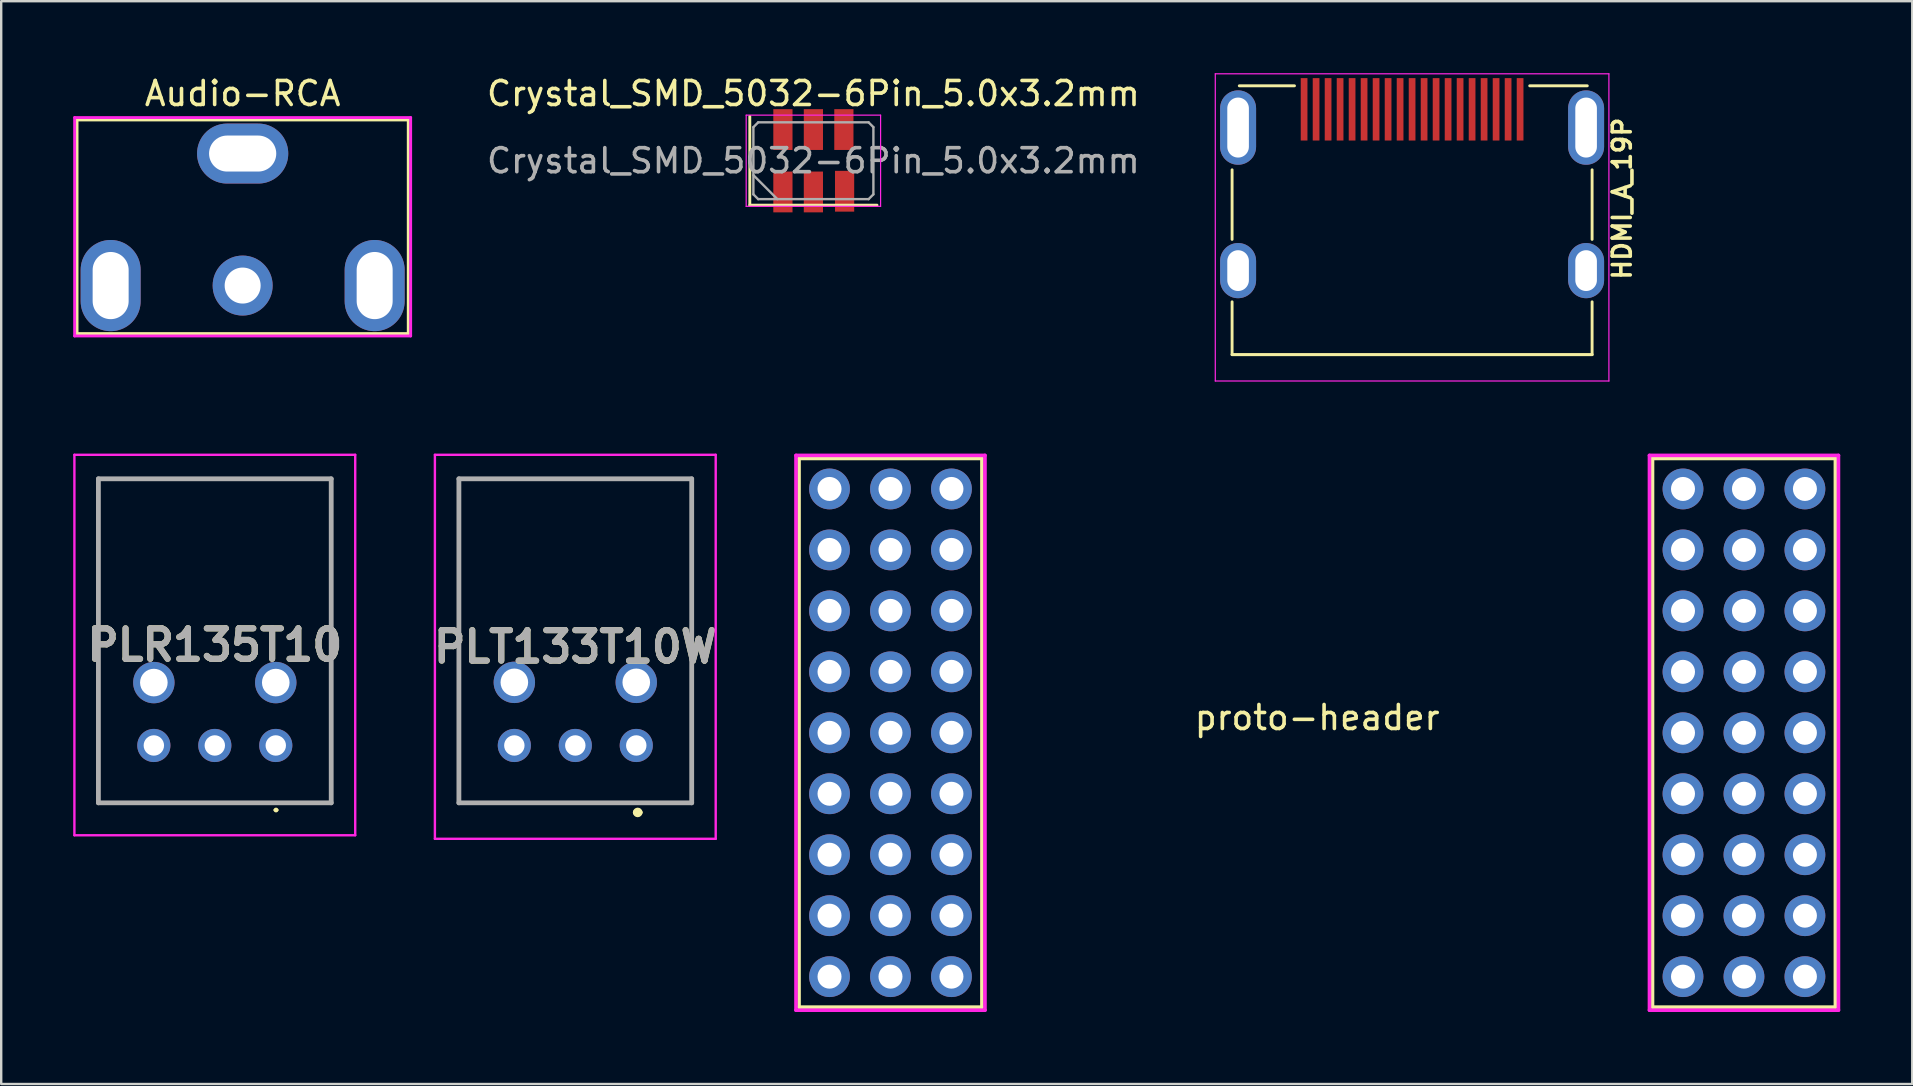
<source format=kicad_pcb>
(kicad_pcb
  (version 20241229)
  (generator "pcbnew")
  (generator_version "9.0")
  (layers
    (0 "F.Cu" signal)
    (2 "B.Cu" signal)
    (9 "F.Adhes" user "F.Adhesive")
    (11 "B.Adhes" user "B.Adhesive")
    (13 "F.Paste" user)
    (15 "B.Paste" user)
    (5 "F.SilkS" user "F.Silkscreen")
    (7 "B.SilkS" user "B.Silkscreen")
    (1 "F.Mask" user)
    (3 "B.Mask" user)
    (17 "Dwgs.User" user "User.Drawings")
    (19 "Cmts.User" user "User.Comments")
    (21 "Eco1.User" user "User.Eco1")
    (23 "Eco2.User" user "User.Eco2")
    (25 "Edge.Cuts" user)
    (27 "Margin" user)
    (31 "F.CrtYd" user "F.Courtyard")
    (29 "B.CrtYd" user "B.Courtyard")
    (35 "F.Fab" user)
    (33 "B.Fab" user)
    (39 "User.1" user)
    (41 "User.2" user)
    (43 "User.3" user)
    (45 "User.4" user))
  (footprint "Crystal_SMD_5032-6Pin_5.0x3.2mm"
    (layer "F.Cu")
    (at 30.84 3.648)
    (property "Reference" "Crystal_SMD_5032-6Pin_5.0x3.2mm" (at 0 -2.8 0) (layer "F.SilkS") (effects (font (size 1 1) (thickness 0.15))))
    (attr smd)
    (fp_line (start -2.65 -1.85) (end -2.65 1.85) (stroke (width 0.12) (type solid)) (layer "F.SilkS"))
    (fp_line (start -2.65 1.85) (end 2.65 1.85) (stroke (width 0.12) (type solid)) (layer "F.SilkS"))
    (fp_line (start -2.8 -1.9) (end -2.8 1.9) (stroke (width 0.05) (type solid)) (layer "F.CrtYd"))
    (fp_line (start -2.8 1.9) (end 2.8 1.9) (stroke (width 0.05) (type solid)) (layer "F.CrtYd"))
    (fp_line (start 2.8 -1.9) (end -2.8 -1.9) (stroke (width 0.05) (type solid)) (layer "F.CrtYd"))
    (fp_line (start 2.8 1.9) (end 2.8 -1.9) (stroke (width 0.05) (type solid)) (layer "F.CrtYd"))
    (fp_line (start -2.5 -1.4) (end -2.3 -1.6) (stroke (width 0.1) (type solid)) (layer "F.Fab"))
    (fp_line (start -2.5 0.6) (end -1.5 1.6) (stroke (width 0.1) (type solid)) (layer "F.Fab"))
    (fp_line (start -2.5 1.4) (end -2.5 -1.4) (stroke (width 0.1) (type solid)) (layer "F.Fab"))
    (fp_line (start -2.3 -1.6) (end 2.3 -1.6) (stroke (width 0.1) (type solid)) (layer "F.Fab"))
    (fp_line (start -2.3 1.6) (end -2.5 1.4) (stroke (width 0.1) (type solid)) (layer "F.Fab"))
    (fp_line (start 2.3 -1.6) (end 2.5 -1.4) (stroke (width 0.1) (type solid)) (layer "F.Fab"))
    (fp_line (start 2.3 1.6) (end -2.3 1.6) (stroke (width 0.1) (type solid)) (layer "F.Fab"))
    (fp_line (start 2.5 -1.4) (end 2.5 1.4) (stroke (width 0.1) (type solid)) (layer "F.Fab"))
    (fp_line (start 2.5 1.4) (end 2.3 1.6) (stroke (width 0.1) (type solid)) (layer "F.Fab"))
    (fp_text user "${REFERENCE}" (at 0 0 0) (layer "F.Fab") (effects (font (size 1 1) (thickness 0.15))))
    (pad "1" smd rect (at -1.27 1.3) (size 0.8 1.7) (layers "F.Cu" "F.Mask" "F.Paste"))
    (pad "2" smd rect (at 0 1.3) (size 0.8 1.7) (layers "F.Cu" "F.Mask" "F.Paste"))
    (pad "3" smd rect (at 1.3 1.27) (size 0.8 1.7) (layers "F.Cu" "F.Mask" "F.Paste"))
    (pad "4" smd rect (at 1.27 -1.3) (size 0.8 1.7) (layers "F.Cu" "F.Mask" "F.Paste"))
    (pad "5" smd rect (at 0 -1.3) (size 0.8 1.7) (layers "F.Cu" "F.Mask" "F.Paste"))
    (pad "6" smd rect (at -1.27 -1.3) (size 0.8 1.7) (layers "F.Cu" "F.Mask" "F.Paste")))
  (footprint "Audio-RCA"
    (layer "F.Cu")
    (at 7.06 8.848)
    (property "Reference" "Audio-RCA" (at 0 -8 0) (layer "F.SilkS") (effects (font (size 1 1) (thickness 0.15))))
    (attr through_hole)
    (fp_line (start -6.9 -6.9) (end 6.9 -6.9) (stroke (width 0.12) (type solid)) (layer "F.SilkS"))
    (fp_line (start -6.9 2) (end -6.9 -6.9) (stroke (width 0.12) (type solid)) (layer "F.SilkS"))
    (fp_line (start 6.9 -6.9) (end 6.9 2) (stroke (width 0.12) (type solid)) (layer "F.SilkS"))
    (fp_line (start 6.9 2) (end -6.9 2) (stroke (width 0.12) (type solid)) (layer "F.SilkS"))
    (fp_line (start -7 -7) (end 7 -7) (stroke (width 0.12) (type solid)) (layer "F.CrtYd"))
    (fp_line (start -7 2.1) (end -7 -7) (stroke (width 0.12) (type solid)) (layer "F.CrtYd"))
    (fp_line (start 7 -7) (end 7 2.1) (stroke (width 0.12) (type solid)) (layer "F.CrtYd"))
    (fp_line (start 7 2.1) (end -7 2.1) (stroke (width 0.12) (type solid)) (layer "F.CrtYd"))
    (pad "1" thru_hole circle (at 0 0) (size 2.5 2.5) (drill 1.5) (layers "*.Cu" "*.Mask"))
    (pad "2" thru_hole oval (at -5.5 0) (size 2.5 3.8) (drill oval 1.5 2.8) (layers "*.Cu" "*.Mask"))
    (pad "2" thru_hole oval (at 0 -5.5) (size 3.8 2.5) (drill oval 2.8 1.5) (layers "*.Cu" "*.Mask"))
    (pad "2" thru_hole oval (at 5.5 0) (size 2.5 3.8) (drill oval 1.5 2.8) (layers "*.Cu" "*.Mask")))
  (footprint "PLR135T10"
    (layer "F.Cu")
    (at 8.44 28.01)
    (property "Reference" "PLR135T10" (at -2.54 -4.185 0) (layer "F.SilkS") (effects (font (size 1.27 1.27) (thickness 0.254))))
    (attr through_hole)
    (fp_line (start -7.39 -11.11) (end 2.31 -11.11) (stroke (width 0.1) (type solid)) (layer "F.SilkS"))
    (fp_line (start -7.39 2.39) (end -7.39 -11.11) (stroke (width 0.1) (type solid)) (layer "F.SilkS"))
    (fp_line (start -0.04 2.69) (end -0.04 2.69) (stroke (width 0.1) (type solid)) (layer "F.SilkS"))
    (fp_line (start 0.06 2.69) (end 0.06 2.69) (stroke (width 0.1) (type solid)) (layer "F.SilkS"))
    (fp_line (start 2.31 -11.11) (end 2.31 2.39) (stroke (width 0.1) (type solid)) (layer "F.SilkS"))
    (fp_line (start 2.31 2.39) (end -7.39 2.39) (stroke (width 0.1) (type solid)) (layer "F.SilkS"))
    (fp_arc (start -0.04 2.69) (mid 0.01 2.64) (end 0.06 2.69) (stroke (width 0.1) (type solid)) (layer "F.SilkS"))
    (fp_arc (start 0.06 2.69) (mid 0.01 2.74) (end -0.04 2.69) (stroke (width 0.1) (type solid)) (layer "F.SilkS"))
    (fp_line (start -8.39 -12.11) (end 3.31 -12.11) (stroke (width 0.1) (type solid)) (layer "F.CrtYd"))
    (fp_line (start -8.39 3.74) (end -8.39 -12.11) (stroke (width 0.1) (type solid)) (layer "F.CrtYd"))
    (fp_line (start 3.31 -12.11) (end 3.31 3.74) (stroke (width 0.1) (type solid)) (layer "F.CrtYd"))
    (fp_line (start 3.31 3.74) (end -8.39 3.74) (stroke (width 0.1) (type solid)) (layer "F.CrtYd"))
    (fp_line (start -7.39 -11.11) (end 2.31 -11.11) (stroke (width 0.2) (type solid)) (layer "F.Fab"))
    (fp_line (start -7.39 2.39) (end -7.39 -11.11) (stroke (width 0.2) (type solid)) (layer "F.Fab"))
    (fp_line (start 2.31 -11.11) (end 2.31 2.39) (stroke (width 0.2) (type solid)) (layer "F.Fab"))
    (fp_line (start 2.31 2.39) (end -7.39 2.39) (stroke (width 0.2) (type solid)) (layer "F.Fab"))
    (fp_text user "${REFERENCE}" (at -2.54 -4.185 0) (layer "F.Fab") (effects (font (size 1.27 1.27) (thickness 0.254))))
    (pad "1" thru_hole circle (at 0 0) (size 1.381 1.381) (drill 0.85) (layers "*.Cu" "*.Mask"))
    (pad "2" thru_hole circle (at -2.54 0) (size 1.381 1.381) (drill 0.85) (layers "*.Cu" "*.Mask"))
    (pad "3" thru_hole circle (at -5.08 0) (size 1.381 1.381) (drill 0.85) (layers "*.Cu" "*.Mask"))
    (pad "4" thru_hole circle (at 0 -2.62) (size 1.725 1.725) (drill 1.15) (layers "*.Cu" "*.Mask"))
    (pad "5" thru_hole circle (at -5.08 -2.62) (size 1.725 1.725) (drill 1.15) (layers "*.Cu" "*.Mask")))
  (footprint "proto-header"
    (layer "F.Cu")
    (at 51.832 27.482)
    (property "Reference" "proto-header" (at 0 -0.635 180) (layer "F.SilkS") (effects (font (size 1 1) (thickness 0.15))))
    (attr through_hole)
    (fp_line (start -21.59 11.43) (end -21.59 -11.43) (stroke (width 0.15) (type solid)) (layer "F.SilkS"))
    (fp_line (start -13.97 -11.43) (end -21.59 -11.43) (stroke (width 0.15) (type solid)) (layer "F.SilkS"))
    (fp_line (start -13.97 11.43) (end -21.59 11.43) (stroke (width 0.15) (type solid)) (layer "F.SilkS"))
    (fp_line (start -13.97 11.43) (end -13.97 -11.43) (stroke (width 0.15) (type solid)) (layer "F.SilkS"))
    (fp_line (start 13.97 -11.43) (end 13.97 11.43) (stroke (width 0.15) (type solid)) (layer "F.SilkS"))
    (fp_line (start 13.97 11.43) (end 21.59 11.43) (stroke (width 0.15) (type solid)) (layer "F.SilkS"))
    (fp_line (start 21.59 -11.43) (end 13.97 -11.43) (stroke (width 0.15) (type solid)) (layer "F.SilkS"))
    (fp_line (start 21.59 -11.43) (end 21.59 11.43) (stroke (width 0.15) (type solid)) (layer "F.SilkS"))
    (fp_line (start -21.717 -11.557) (end -21.717 11.557) (stroke (width 0.15) (type solid)) (layer "F.CrtYd"))
    (fp_line (start -21.717 -11.557) (end -13.843 -11.557) (stroke (width 0.15) (type solid)) (layer "F.CrtYd"))
    (fp_line (start -13.843 11.557) (end -21.717 11.557) (stroke (width 0.15) (type solid)) (layer "F.CrtYd"))
    (fp_line (start -13.843 11.557) (end -13.843 -11.557) (stroke (width 0.15) (type solid)) (layer "F.CrtYd"))
    (fp_line (start 13.843 -11.557) (end 13.843 11.557) (stroke (width 0.15) (type solid)) (layer "F.CrtYd"))
    (fp_line (start 13.843 -11.557) (end 21.717 -11.557) (stroke (width 0.15) (type solid)) (layer "F.CrtYd"))
    (fp_line (start 13.843 11.557) (end 21.717 11.557) (stroke (width 0.15) (type solid)) (layer "F.CrtYd"))
    (fp_line (start 21.717 11.557) (end 21.717 -11.557) (stroke (width 0.15) (type solid)) (layer "F.CrtYd"))
    (pad "1" thru_hole circle (at -20.32 -10.16) (size 1.7 1.7) (drill 1) (layers "*.Cu" "*.Mask"))
    (pad "2" thru_hole circle (at -20.32 -7.62) (size 1.7 1.7) (drill 1) (layers "*.Cu" "*.Mask"))
    (pad "3" thru_hole circle (at -20.32 -5.08) (size 1.7 1.7) (drill 1) (layers "*.Cu" "*.Mask"))
    (pad "4" thru_hole circle (at -20.32 -2.54) (size 1.7 1.7) (drill 1) (layers "*.Cu" "*.Mask"))
    (pad "5" thru_hole circle (at -20.32 0) (size 1.7 1.7) (drill 1) (layers "*.Cu" "*.Mask"))
    (pad "6" thru_hole circle (at -20.32 2.54) (size 1.7 1.7) (drill 1) (layers "*.Cu" "*.Mask"))
    (pad "7" thru_hole circle (at -20.32 5.08) (size 1.7 1.7) (drill 1) (layers "*.Cu" "*.Mask"))
    (pad "8" thru_hole circle (at -20.32 7.62) (size 1.7 1.7) (drill 1) (layers "*.Cu" "*.Mask"))
    (pad "9" thru_hole circle (at -20.32 10.16) (size 1.7 1.7) (drill 1) (layers "*.Cu" "*.Mask"))
    (pad "10" thru_hole circle (at -17.78 -10.16) (size 1.7 1.7) (drill 1) (layers "*.Cu" "*.Mask"))
    (pad "11" thru_hole circle (at -17.78 -7.62) (size 1.7 1.7) (drill 1) (layers "*.Cu" "*.Mask"))
    (pad "12" thru_hole circle (at -17.78 -5.08) (size 1.7 1.7) (drill 1) (layers "*.Cu" "*.Mask"))
    (pad "13" thru_hole circle (at -17.78 -2.54) (size 1.7 1.7) (drill 1) (layers "*.Cu" "*.Mask"))
    (pad "14" thru_hole circle (at -17.78 0) (size 1.7 1.7) (drill 1) (layers "*.Cu" "*.Mask"))
    (pad "15" thru_hole circle (at -17.78 2.54) (size 1.7 1.7) (drill 1) (layers "*.Cu" "*.Mask"))
    (pad "16" thru_hole circle (at -17.78 5.08) (size 1.7 1.7) (drill 1) (layers "*.Cu" "*.Mask"))
    (pad "17" thru_hole circle (at -17.78 7.62) (size 1.7 1.7) (drill 1) (layers "*.Cu" "*.Mask"))
    (pad "18" thru_hole circle (at -17.78 10.16) (size 1.7 1.7) (drill 1) (layers "*.Cu" "*.Mask"))
    (pad "19" thru_hole circle (at -15.24 -10.16) (size 1.7 1.7) (drill 1) (layers "*.Cu" "*.Mask"))
    (pad "20" thru_hole circle (at -15.24 -7.62) (size 1.7 1.7) (drill 1) (layers "*.Cu" "*.Mask"))
    (pad "21" thru_hole circle (at -15.24 -5.08) (size 1.7 1.7) (drill 1) (layers "*.Cu" "*.Mask"))
    (pad "22" thru_hole circle (at -15.24 -2.54) (size 1.7 1.7) (drill 1) (layers "*.Cu" "*.Mask"))
    (pad "23" thru_hole circle (at -15.24 0) (size 1.7 1.7) (drill 1) (layers "*.Cu" "*.Mask"))
    (pad "24" thru_hole circle (at -15.24 2.54) (size 1.7 1.7) (drill 1) (layers "*.Cu" "*.Mask"))
    (pad "25" thru_hole circle (at -15.24 5.08) (size 1.7 1.7) (drill 1) (layers "*.Cu" "*.Mask"))
    (pad "26" thru_hole circle (at -15.24 7.62) (size 1.7 1.7) (drill 1) (layers "*.Cu" "*.Mask"))
    (pad "27" thru_hole circle (at -15.24 10.16) (size 1.7 1.7) (drill 1) (layers "*.Cu" "*.Mask"))
    (pad "28" thru_hole circle (at 15.24 -10.16) (size 1.7 1.7) (drill 1) (layers "*.Cu" "*.Mask"))
    (pad "29" thru_hole circle (at 15.24 -7.62) (size 1.7 1.7) (drill 1) (layers "*.Cu" "*.Mask"))
    (pad "30" thru_hole circle (at 15.24 -5.08) (size 1.7 1.7) (drill 1) (layers "*.Cu" "*.Mask"))
    (pad "31" thru_hole circle (at 15.24 -2.54) (size 1.7 1.7) (drill 1) (layers "*.Cu" "*.Mask"))
    (pad "32" thru_hole circle (at 15.24 0) (size 1.7 1.7) (drill 1) (layers "*.Cu" "*.Mask"))
    (pad "33" thru_hole circle (at 15.24 2.54) (size 1.7 1.7) (drill 1) (layers "*.Cu" "*.Mask"))
    (pad "34" thru_hole circle (at 15.24 5.08) (size 1.7 1.7) (drill 1) (layers "*.Cu" "*.Mask"))
    (pad "35" thru_hole circle (at 15.24 7.62) (size 1.7 1.7) (drill 1) (layers "*.Cu" "*.Mask"))
    (pad "36" thru_hole circle (at 15.24 10.16) (size 1.7 1.7) (drill 1) (layers "*.Cu" "*.Mask"))
    (pad "37" thru_hole circle (at 17.78 -10.16) (size 1.7 1.7) (drill 1) (layers "*.Cu" "*.Mask"))
    (pad "38" thru_hole circle (at 17.78 -7.62) (size 1.7 1.7) (drill 1) (layers "*.Cu" "*.Mask"))
    (pad "39" thru_hole circle (at 17.78 -5.08) (size 1.7 1.7) (drill 1) (layers "*.Cu" "*.Mask"))
    (pad "40" thru_hole circle (at 17.78 -2.54) (size 1.7 1.7) (drill 1) (layers "*.Cu" "*.Mask"))
    (pad "41" thru_hole circle (at 17.78 0) (size 1.7 1.7) (drill 1) (layers "*.Cu" "*.Mask"))
    (pad "42" thru_hole circle (at 17.78 2.54) (size 1.7 1.7) (drill 1) (layers "*.Cu" "*.Mask"))
    (pad "43" thru_hole circle (at 17.78 5.08) (size 1.7 1.7) (drill 1) (layers "*.Cu" "*.Mask"))
    (pad "44" thru_hole circle (at 17.78 7.62) (size 1.7 1.7) (drill 1) (layers "*.Cu" "*.Mask"))
    (pad "45" thru_hole circle (at 17.78 10.16) (size 1.7 1.7) (drill 1) (layers "*.Cu" "*.Mask"))
    (pad "46" thru_hole circle (at 20.32 -10.16) (size 1.7 1.7) (drill 1) (layers "*.Cu" "*.Mask"))
    (pad "47" thru_hole circle (at 20.32 -7.62) (size 1.7 1.7) (drill 1) (layers "*.Cu" "*.Mask"))
    (pad "48" thru_hole circle (at 20.32 -5.08) (size 1.7 1.7) (drill 1) (layers "*.Cu" "*.Mask"))
    (pad "49" thru_hole circle (at 20.32 -2.54) (size 1.7 1.7) (drill 1) (layers "*.Cu" "*.Mask"))
    (pad "50" thru_hole circle (at 20.32 0) (size 1.7 1.7) (drill 1) (layers "*.Cu" "*.Mask"))
    (pad "51" thru_hole circle (at 20.32 2.54) (size 1.7 1.7) (drill 1) (layers "*.Cu" "*.Mask"))
    (pad "52" thru_hole circle (at 20.32 5.08) (size 1.7 1.7) (drill 1) (layers "*.Cu" "*.Mask"))
    (pad "53" thru_hole circle (at 20.32 7.62) (size 1.7 1.7) (drill 1) (layers "*.Cu" "*.Mask"))
    (pad "54" thru_hole circle (at 20.32 10.16) (size 1.7 1.7) (drill 1) (layers "*.Cu" "*.Mask")))
  (footprint "HDMI_A_19P"
    (layer "F.Cu")
    (at 55.785 8.225)
    (property "Reference" "HDMI_A_19P" (at 8.75 -3 270) (layer "F.SilkS") (effects (font (size 0.75 0.75) (thickness 0.15))))
    (attr through_hole)
    (fp_line (start -7.5 -1.3) (end -7.5 -4.2) (stroke (width 0.12) (type solid)) (layer "F.SilkS"))
    (fp_line (start -7.5 3.5) (end -7.5 1.3) (stroke (width 0.12) (type solid)) (layer "F.SilkS"))
    (fp_line (start -7.2 -7.7) (end -4.9 -7.7) (stroke (width 0.12) (type solid)) (layer "F.SilkS"))
    (fp_line (start 7.3 -7.7) (end 4.9 -7.7) (stroke (width 0.12) (type solid)) (layer "F.SilkS"))
    (fp_line (start 7.5 -1.3) (end 7.5 -4.2) (stroke (width 0.12) (type solid)) (layer "F.SilkS"))
    (fp_line (start 7.5 3.5) (end -7.5 3.5) (stroke (width 0.127) (type solid)) (layer "F.SilkS"))
    (fp_line (start 7.5 3.5) (end 7.5 1.3) (stroke (width 0.12) (type solid)) (layer "F.SilkS"))
    (fp_line (start -8.2 -8.2) (end 8.2 -8.2) (stroke (width 0.05) (type solid)) (layer "F.CrtYd"))
    (fp_line (start -8.2 4.6) (end -8.2 -8.2) (stroke (width 0.05) (type solid)) (layer "F.CrtYd"))
    (fp_line (start 8.2 -8.2) (end 8.2 4.6) (stroke (width 0.05) (type solid)) (layer "F.CrtYd"))
    (fp_line (start 8.2 4.6) (end -8.2 4.6) (stroke (width 0.05) (type solid)) (layer "F.CrtYd"))
    (pad "1" smd rect (at 4.5 -6.72) (size 0.28 2.6) (layers "F.Cu" "F.Mask" "F.Paste"))
    (pad "2" smd rect (at 4 -6.72) (size 0.28 2.6) (layers "F.Cu" "F.Mask" "F.Paste"))
    (pad "3" smd rect (at 3.5 -6.72) (size 0.28 2.6) (layers "F.Cu" "F.Mask" "F.Paste"))
    (pad "4" smd rect (at 3 -6.72) (size 0.28 2.6) (layers "F.Cu" "F.Mask" "F.Paste"))
    (pad "5" smd rect (at 2.5 -6.72) (size 0.28 2.6) (layers "F.Cu" "F.Mask" "F.Paste"))
    (pad "6" smd rect (at 2 -6.72) (size 0.28 2.6) (layers "F.Cu" "F.Mask" "F.Paste"))
    (pad "7" smd rect (at 1.5 -6.72) (size 0.28 2.6) (layers "F.Cu" "F.Mask" "F.Paste"))
    (pad "8" smd rect (at 1 -6.72) (size 0.28 2.6) (layers "F.Cu" "F.Mask" "F.Paste"))
    (pad "9" smd rect (at 0.5 -6.72) (size 0.28 2.6) (layers "F.Cu" "F.Mask" "F.Paste"))
    (pad "10" smd rect (at 0 -6.72) (size 0.28 2.6) (layers "F.Cu" "F.Mask" "F.Paste"))
    (pad "11" smd rect (at -0.5 -6.72) (size 0.28 2.6) (layers "F.Cu" "F.Mask" "F.Paste"))
    (pad "12" smd rect (at -1 -6.72) (size 0.28 2.6) (layers "F.Cu" "F.Mask" "F.Paste"))
    (pad "13" smd rect (at -1.5 -6.72) (size 0.28 2.6) (layers "F.Cu" "F.Mask" "F.Paste"))
    (pad "14" smd rect (at -2 -6.72) (size 0.28 2.6) (layers "F.Cu" "F.Mask" "F.Paste"))
    (pad "15" smd rect (at -2.5 -6.72) (size 0.28 2.6) (layers "F.Cu" "F.Mask" "F.Paste"))
    (pad "16" smd rect (at -3 -6.72) (size 0.28 2.6) (layers "F.Cu" "F.Mask" "F.Paste"))
    (pad "17" smd rect (at -3.5 -6.72) (size 0.28 2.6) (layers "F.Cu" "F.Mask" "F.Paste"))
    (pad "18" smd rect (at -4 -6.72) (size 0.28 2.6) (layers "F.Cu" "F.Mask" "F.Paste"))
    (pad "19" smd rect (at -4.5 -6.72) (size 0.28 2.6) (layers "F.Cu" "F.Mask" "F.Paste"))
    (pad "S1" thru_hole oval (at 7.25 -5.96) (size 1.5 3.1) (drill oval 0.9 2.5) (layers "*.Cu" "*.Mask"))
    (pad "S2" thru_hole oval (at -7.25 -5.96) (size 1.5 3.1) (drill oval 0.9 2.5) (layers "*.Cu" "*.Mask"))
    (pad "S3" thru_hole oval (at -7.25 0) (size 1.5 2.3) (drill oval 0.9 1.7) (layers "*.Cu" "*.Mask"))
    (pad "S4" thru_hole oval (at 7.25 0) (size 1.5 2.3) (drill oval 0.9 1.7) (layers "*.Cu" "*.Mask")))
  (footprint "PLT133T10W"
    (layer "F.Cu")
    (at 20.92 23.9)
    (property "Reference" "PLT133T10W" (at 0 0 0) (layer "F.SilkS") (effects (font (size 1.27 1.27) (thickness 0.254))))
    (attr through_hole)
    (fp_line (start -4.85 -7) (end 4.85 -7) (stroke (width 0.1) (type solid)) (layer "F.SilkS"))
    (fp_line (start -4.85 6.5) (end -4.85 -7) (stroke (width 0.1) (type solid)) (layer "F.SilkS"))
    (fp_line (start 2.5 6.9) (end 2.5 6.9) (stroke (width 0.2) (type solid)) (layer "F.SilkS"))
    (fp_line (start 2.7 6.9) (end 2.7 6.9) (stroke (width 0.2) (type solid)) (layer "F.SilkS"))
    (fp_line (start 4.85 -7) (end 4.85 6.5) (stroke (width 0.1) (type solid)) (layer "F.SilkS"))
    (fp_line (start 4.85 6.5) (end -4.85 6.5) (stroke (width 0.1) (type solid)) (layer "F.SilkS"))
    (fp_arc (start 2.5 6.9) (mid 2.6 6.8) (end 2.7 6.9) (stroke (width 0.2) (type solid)) (layer "F.SilkS"))
    (fp_arc (start 2.7 6.9) (mid 2.6 7) (end 2.5 6.9) (stroke (width 0.2) (type solid)) (layer "F.SilkS"))
    (fp_line (start -5.85 -8) (end 5.85 -8) (stroke (width 0.1) (type solid)) (layer "F.CrtYd"))
    (fp_line (start -5.85 8) (end -5.85 -8) (stroke (width 0.1) (type solid)) (layer "F.CrtYd"))
    (fp_line (start 5.85 -8) (end 5.85 8) (stroke (width 0.1) (type solid)) (layer "F.CrtYd"))
    (fp_line (start 5.85 8) (end -5.85 8) (stroke (width 0.1) (type solid)) (layer "F.CrtYd"))
    (fp_line (start -4.85 -7) (end 4.85 -7) (stroke (width 0.2) (type solid)) (layer "F.Fab"))
    (fp_line (start -4.85 6.5) (end -4.85 -7) (stroke (width 0.2) (type solid)) (layer "F.Fab"))
    (fp_line (start 4.85 -7) (end 4.85 6.5) (stroke (width 0.2) (type solid)) (layer "F.Fab"))
    (fp_line (start 4.85 6.5) (end -4.85 6.5) (stroke (width 0.2) (type solid)) (layer "F.Fab"))
    (fp_text user "${REFERENCE}" (at 0 0 0) (layer "F.Fab") (effects (font (size 1.27 1.27) (thickness 0.254))))
    (pad "1" thru_hole circle (at 2.54 4.11) (size 1.381 1.381) (drill 0.85) (layers "*.Cu" "*.Mask"))
    (pad "2" thru_hole circle (at 0 4.11) (size 1.381 1.381) (drill 0.85) (layers "*.Cu" "*.Mask"))
    (pad "3" thru_hole circle (at -2.54 4.11) (size 1.381 1.381) (drill 0.85) (layers "*.Cu" "*.Mask"))
    (pad "4" thru_hole circle (at 2.54 1.48) (size 1.725 1.725) (drill 1.15) (layers "*.Cu" "*.Mask"))
    (pad "5" thru_hole circle (at -2.54 1.48) (size 1.725 1.725) (drill 1.15) (layers "*.Cu" "*.Mask")))
  (gr_rect
    (start -3 -3)
    (end 76.624 42.114)
    (stroke (width 0.1) (type default))
    (fill no)
    (layer "Edge.Cuts")))
</source>
